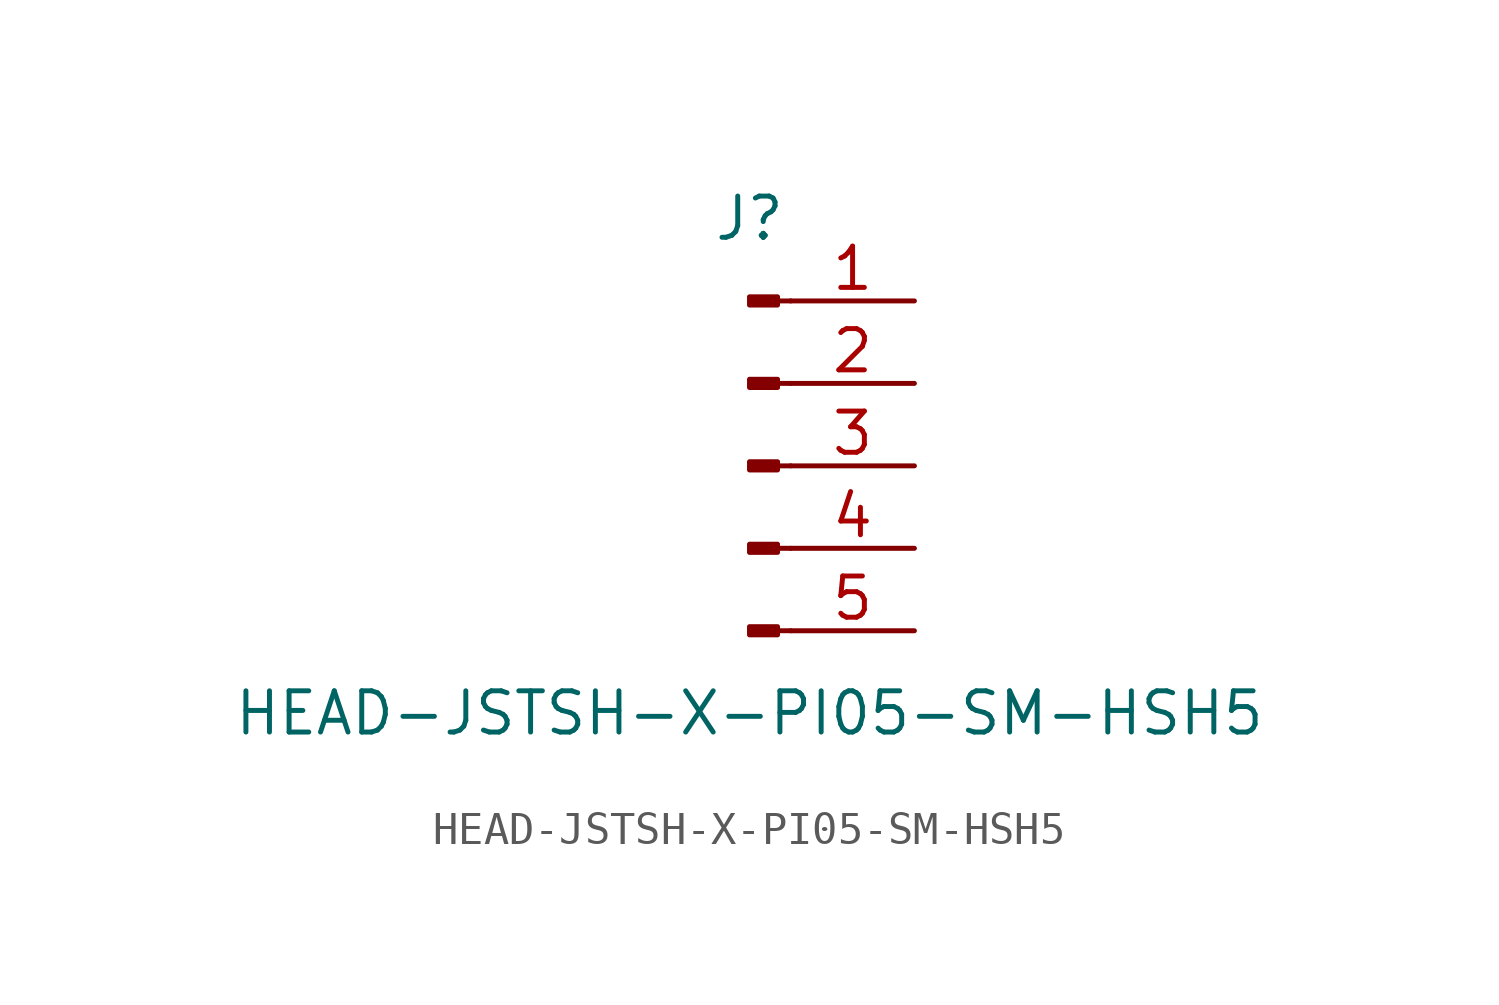
<source format=kicad_sym>
(kicad_symbol_lib
  (version 20211014)
  (generator kicad_symbol_editor)
  (symbol "HEAD-JSTSH-X-PI05-SM-HSH5"
    (pin_names
      (offset 1.016) hide)
    (property "Reference" "J"
      (at 0 7.62 0)
      (effects (font (size 1.27 1.27))))
    (property "Value" "HEAD-JSTSH-X-PI05-SM-HSH5"
      (at 0 -7.62 0)
      (effects (font (size 1.27 1.27))))
    (symbol "HEAD-JSTSH-X-PI05-SM-HSH5_1_1"
      (polyline (pts (xy 1.27 -5.08) (xy 0.864 -5.08)) (stroke (width 0.152) (type default) (color 0 0 0 0)) (fill (type none)))
      (polyline (pts (xy 1.27 -2.54) (xy 0.864 -2.54)) (stroke (width 0.152) (type default) (color 0 0 0 0)) (fill (type none)))
      (polyline (pts (xy 1.27 0) (xy 0.864 0)) (stroke (width 0.152) (type default) (color 0 0 0 0)) (fill (type none)))
      (polyline (pts (xy 1.27 2.54) (xy 0.864 2.54)) (stroke (width 0.152) (type default) (color 0 0 0 0)) (fill (type none)))
      (polyline (pts (xy 1.27 5.08) (xy 0.864 5.08)) (stroke (width 0.152) (type default) (color 0 0 0 0)) (fill (type none)))
      (rectangle (start 0.864 -4.953) (end 0 -5.207) (stroke (width 0.152) (type default) (color 0 0 0 0)) (fill (type outline)))
      (rectangle (start 0.864 -2.413) (end 0 -2.667) (stroke (width 0.152) (type default) (color 0 0 0 0)) (fill (type outline)))
      (rectangle (start 0.864 0.127) (end 0 -0.127) (stroke (width 0.152) (type default) (color 0 0 0 0)) (fill (type outline)))
      (rectangle (start 0.864 2.667) (end 0 2.413) (stroke (width 0.152) (type default) (color 0 0 0 0)) (fill (type outline)))
      (rectangle (start 0.864 5.207) (end 0 4.953) (stroke (width 0.152) (type default) (color 0 0 0 0)) (fill (type outline)))
      (pin passive line (at 5.08 5.08 180) (length 3.81) (name "Pin_1" (effects (font (size 1.27 1.27)))) (number "1" (effects (font (size 1.27 1.27)))))
      (pin passive line (at 5.08 2.54 180) (length 3.81) (name "Pin_2" (effects (font (size 1.27 1.27)))) (number "2" (effects (font (size 1.27 1.27)))))
      (pin passive line (at 5.08 0 180) (length 3.81) (name "Pin_3" (effects (font (size 1.27 1.27)))) (number "3" (effects (font (size 1.27 1.27)))))
      (pin passive line (at 5.08 -2.54 180) (length 3.81) (name "Pin_4" (effects (font (size 1.27 1.27)))) (number "4" (effects (font (size 1.27 1.27)))))
      (pin passive line (at 5.08 -5.08 180) (length 3.81) (name "Pin_5" (effects (font (size 1.27 1.27)))) (number "5" (effects (font (size 1.27 1.27))))))))
</source>
